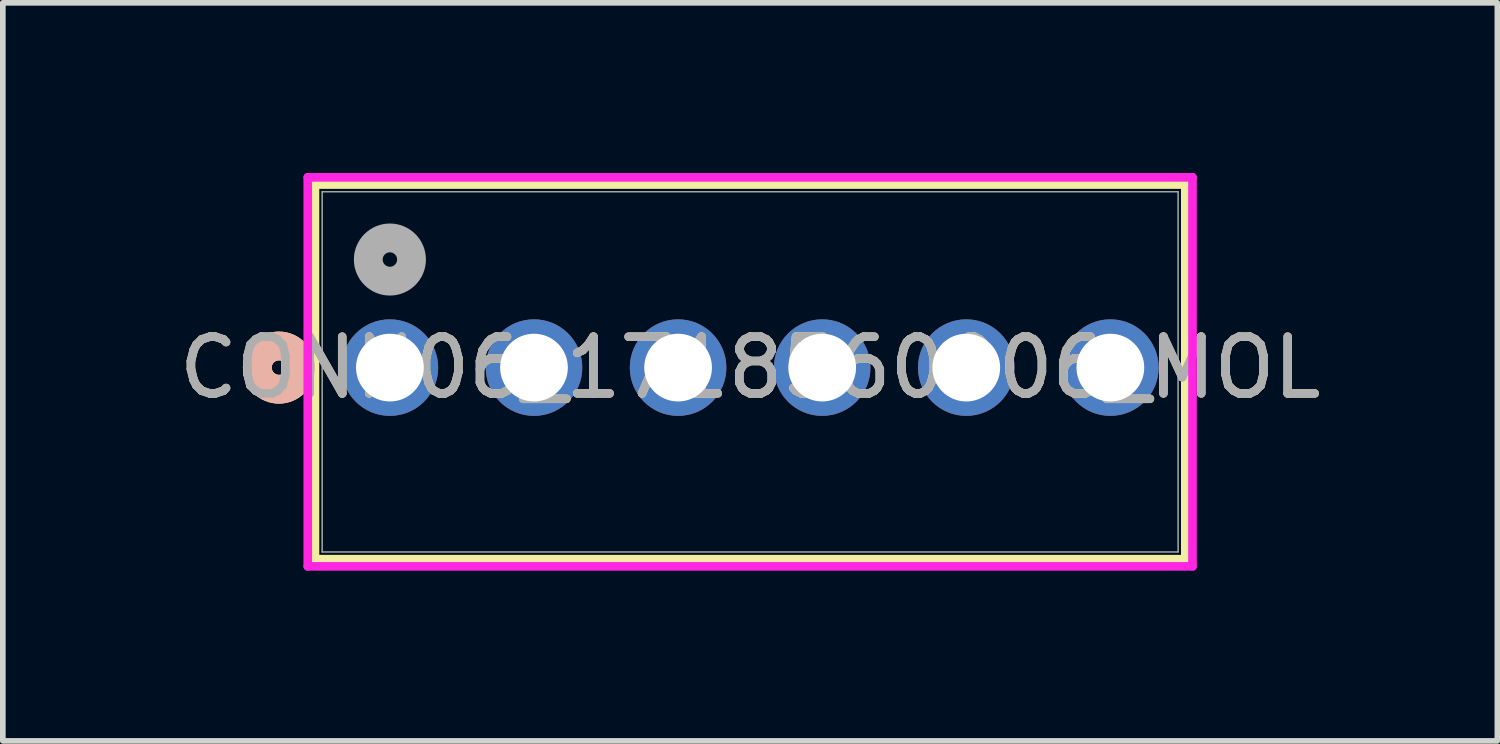
<source format=kicad_pcb>
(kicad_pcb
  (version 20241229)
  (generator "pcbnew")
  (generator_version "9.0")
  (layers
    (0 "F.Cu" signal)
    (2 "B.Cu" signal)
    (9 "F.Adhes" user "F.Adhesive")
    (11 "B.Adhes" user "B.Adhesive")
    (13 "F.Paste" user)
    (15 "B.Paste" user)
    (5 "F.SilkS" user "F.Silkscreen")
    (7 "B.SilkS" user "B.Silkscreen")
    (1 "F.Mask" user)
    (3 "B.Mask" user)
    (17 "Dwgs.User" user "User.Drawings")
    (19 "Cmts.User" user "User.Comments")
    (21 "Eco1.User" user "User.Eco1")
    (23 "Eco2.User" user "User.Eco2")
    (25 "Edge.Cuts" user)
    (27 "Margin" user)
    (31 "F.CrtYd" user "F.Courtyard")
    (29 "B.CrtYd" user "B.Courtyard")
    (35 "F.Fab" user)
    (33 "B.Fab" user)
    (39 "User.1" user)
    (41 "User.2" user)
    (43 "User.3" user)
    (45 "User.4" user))
  (footprint "CONN06_1718560006_MOL"
    (layer "F.Cu")
    (at 3.823 3.43)
    (property "Reference" "CONN06_1718560006_MOL" (at 6.35 0 0) (unlocked yes) (layer "F.SilkS") (effects (font (size 1 1) (thickness 0.15))))
    (attr through_hole)
    (fp_line (start -1.321 -3.227) (end -1.321 3.377) (stroke (width 0.152) (type solid)) (layer "F.SilkS"))
    (fp_line (start -1.321 3.377) (end 14.021 3.377) (stroke (width 0.152) (type solid)) (layer "F.SilkS"))
    (fp_line (start 14.021 -3.227) (end -1.321 -3.227) (stroke (width 0.152) (type solid)) (layer "F.SilkS"))
    (fp_line (start 14.021 3.377) (end 14.021 -3.227) (stroke (width 0.152) (type solid)) (layer "F.SilkS"))
    (fp_circle (center -1.956 0) (end -1.575 0) (stroke (width 0.508) (type solid)) (fill no) (layer "F.SilkS"))
    (fp_circle (center -1.956 0) (end -1.575 0) (stroke (width 0.508) (type solid)) (fill no) (layer "B.SilkS"))
    (fp_line (start -1.448 -3.354) (end -1.448 3.504) (stroke (width 0.152) (type solid)) (layer "F.CrtYd"))
    (fp_line (start -1.448 3.504) (end 14.148 3.504) (stroke (width 0.152) (type solid)) (layer "F.CrtYd"))
    (fp_line (start 14.148 -3.354) (end -1.448 -3.354) (stroke (width 0.152) (type solid)) (layer "F.CrtYd"))
    (fp_line (start 14.148 3.504) (end 14.148 -3.354) (stroke (width 0.152) (type solid)) (layer "F.CrtYd"))
    (fp_line (start -1.194 -3.1) (end -1.194 3.25) (stroke (width 0.025) (type solid)) (layer "F.Fab"))
    (fp_line (start -1.194 3.25) (end 13.894 3.25) (stroke (width 0.025) (type solid)) (layer "F.Fab"))
    (fp_line (start 13.894 -3.1) (end -1.194 -3.1) (stroke (width 0.025) (type solid)) (layer "F.Fab"))
    (fp_line (start 13.894 3.25) (end 13.894 -3.1) (stroke (width 0.025) (type solid)) (layer "F.Fab"))
    (fp_circle (center 0 -1.905) (end 0.381 -1.905) (stroke (width 0.508) (type solid)) (fill no) (layer "F.Fab"))
    (fp_text user "${REFERENCE}" (at 6.35 0 0) (unlocked yes) (layer "F.Fab") (effects (font (size 1 1) (thickness 0.15))))
    (pad "1" thru_hole circle (at 0 0) (size 1.702 1.702) (drill 1.194) (layers "*.Cu" "*.Mask"))
    (pad "2" thru_hole circle (at 2.54 0) (size 1.702 1.702) (drill 1.194) (layers "*.Cu" "*.Mask"))
    (pad "3" thru_hole circle (at 5.08 0) (size 1.702 1.702) (drill 1.194) (layers "*.Cu" "*.Mask"))
    (pad "4" thru_hole circle (at 7.62 0) (size 1.702 1.702) (drill 1.194) (layers "*.Cu" "*.Mask"))
    (pad "5" thru_hole circle (at 10.16 0) (size 1.702 1.702) (drill 1.194) (layers "*.Cu" "*.Mask"))
    (pad "6" thru_hole circle (at 12.7 0) (size 1.702 1.702) (drill 1.194) (layers "*.Cu" "*.Mask")))
  (gr_rect
    (start -3 -3)
    (end 23.345 10.01)
    (stroke (width 0.1) (type default))
    (fill no)
    (layer "Edge.Cuts")))
</source>
